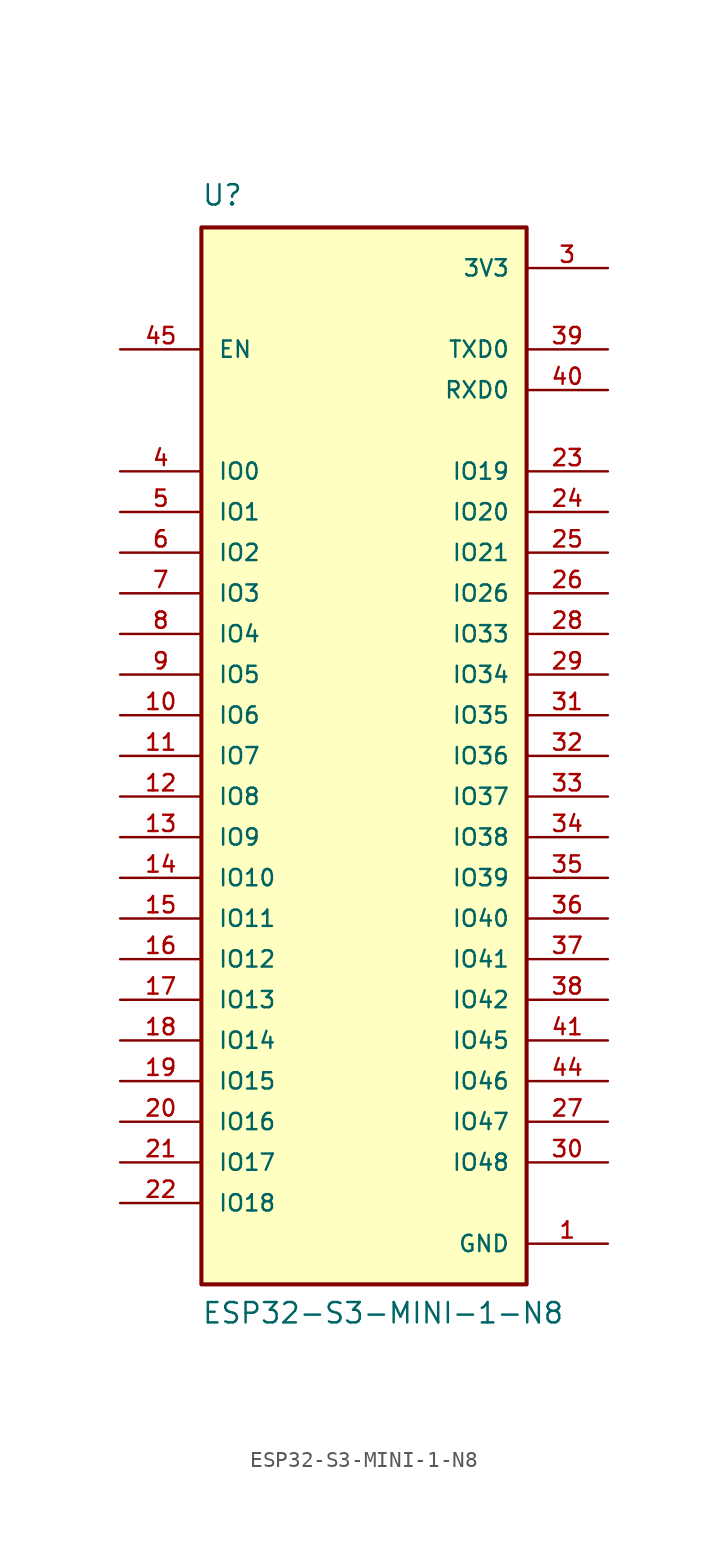
<source format=kicad_sym>
(kicad_symbol_lib
  (version 20211014)
  (generator kicad_symbol_editor)
  (symbol "ESP32-S3-MINI-1-N8"
    (pin_names
      (offset 1.016))
    (property "Reference" "U"
      (at -10.16 34.29 0)
      (effects (font (size 1.27 1.27)) (justify bottom left)))
    (property "Value" "ESP32-S3-MINI-1-N8"
      (at -10.16 -35.56 0)
      (effects (font (size 1.27 1.27)) (justify bottom left)))
    (symbol "ESP32-S3-MINI-1-N8_0_0"
      (rectangle (start -10.16 -33.02) (end 10.16 33.02) (stroke (width 0.254)) (fill (type background)))
      (pin bidirectional line (at -15.24 17.78 0) (length 5.08) (name "IO0" (effects (font (size 1.016 1.016)))) (number "4" (effects (font (size 1.016 1.016)))))
      (pin bidirectional line (at -15.24 15.24 0) (length 5.08) (name "IO1" (effects (font (size 1.016 1.016)))) (number "5" (effects (font (size 1.016 1.016)))))
      (pin bidirectional line (at -15.24 12.7 0) (length 5.08) (name "IO2" (effects (font (size 1.016 1.016)))) (number "6" (effects (font (size 1.016 1.016)))))
      (pin bidirectional line (at -15.24 10.16 0) (length 5.08) (name "IO3" (effects (font (size 1.016 1.016)))) (number "7" (effects (font (size 1.016 1.016)))))
      (pin bidirectional line (at -15.24 7.62 0) (length 5.08) (name "IO4" (effects (font (size 1.016 1.016)))) (number "8" (effects (font (size 1.016 1.016)))))
      (pin bidirectional line (at -15.24 5.08 0) (length 5.08) (name "IO5" (effects (font (size 1.016 1.016)))) (number "9" (effects (font (size 1.016 1.016)))))
      (pin bidirectional line (at -15.24 2.54 0) (length 5.08) (name "IO6" (effects (font (size 1.016 1.016)))) (number "10" (effects (font (size 1.016 1.016)))))
      (pin bidirectional line (at -15.24 0.0 0) (length 5.08) (name "IO7" (effects (font (size 1.016 1.016)))) (number "11" (effects (font (size 1.016 1.016)))))
      (pin bidirectional line (at -15.24 -2.54 0) (length 5.08) (name "IO8" (effects (font (size 1.016 1.016)))) (number "12" (effects (font (size 1.016 1.016)))))
      (pin bidirectional line (at -15.24 -5.08 0) (length 5.08) (name "IO9" (effects (font (size 1.016 1.016)))) (number "13" (effects (font (size 1.016 1.016)))))
      (pin bidirectional line (at -15.24 -7.62 0) (length 5.08) (name "IO10" (effects (font (size 1.016 1.016)))) (number "14" (effects (font (size 1.016 1.016)))))
      (pin bidirectional line (at -15.24 -10.16 0) (length 5.08) (name "IO11" (effects (font (size 1.016 1.016)))) (number "15" (effects (font (size 1.016 1.016)))))
      (pin bidirectional line (at -15.24 -12.7 0) (length 5.08) (name "IO12" (effects (font (size 1.016 1.016)))) (number "16" (effects (font (size 1.016 1.016)))))
      (pin bidirectional line (at -15.24 -15.24 0) (length 5.08) (name "IO13" (effects (font (size 1.016 1.016)))) (number "17" (effects (font (size 1.016 1.016)))))
      (pin bidirectional line (at -15.24 -17.78 0) (length 5.08) (name "IO14" (effects (font (size 1.016 1.016)))) (number "18" (effects (font (size 1.016 1.016)))))
      (pin bidirectional line (at -15.24 -20.32 0) (length 5.08) (name "IO15" (effects (font (size 1.016 1.016)))) (number "19" (effects (font (size 1.016 1.016)))))
      (pin bidirectional line (at -15.24 -22.86 0) (length 5.08) (name "IO16" (effects (font (size 1.016 1.016)))) (number "20" (effects (font (size 1.016 1.016)))))
      (pin bidirectional line (at -15.24 -25.4 0) (length 5.08) (name "IO17" (effects (font (size 1.016 1.016)))) (number "21" (effects (font (size 1.016 1.016)))))
      (pin bidirectional line (at -15.24 -27.94 0) (length 5.08) (name "IO18" (effects (font (size 1.016 1.016)))) (number "22" (effects (font (size 1.016 1.016)))))
      (pin bidirectional line (at 15.24 17.78 180.0) (length 5.08) (name "IO19" (effects (font (size 1.016 1.016)))) (number "23" (effects (font (size 1.016 1.016)))))
      (pin bidirectional line (at 15.24 15.24 180.0) (length 5.08) (name "IO20" (effects (font (size 1.016 1.016)))) (number "24" (effects (font (size 1.016 1.016)))))
      (pin bidirectional line (at 15.24 12.7 180.0) (length 5.08) (name "IO21" (effects (font (size 1.016 1.016)))) (number "25" (effects (font (size 1.016 1.016)))))
      (pin bidirectional line (at 15.24 10.16 180.0) (length 5.08) (name "IO26" (effects (font (size 1.016 1.016)))) (number "26" (effects (font (size 1.016 1.016)))))
      (pin bidirectional line (at 15.24 7.62 180.0) (length 5.08) (name "IO33" (effects (font (size 1.016 1.016)))) (number "28" (effects (font (size 1.016 1.016)))))
      (pin bidirectional line (at 15.24 5.08 180.0) (length 5.08) (name "IO34" (effects (font (size 1.016 1.016)))) (number "29" (effects (font (size 1.016 1.016)))))
      (pin bidirectional line (at 15.24 2.54 180.0) (length 5.08) (name "IO35" (effects (font (size 1.016 1.016)))) (number "31" (effects (font (size 1.016 1.016)))))
      (pin bidirectional line (at 15.24 0.0 180.0) (length 5.08) (name "IO36" (effects (font (size 1.016 1.016)))) (number "32" (effects (font (size 1.016 1.016)))))
      (pin bidirectional line (at 15.24 -2.54 180.0) (length 5.08) (name "IO37" (effects (font (size 1.016 1.016)))) (number "33" (effects (font (size 1.016 1.016)))))
      (pin bidirectional line (at 15.24 -5.08 180.0) (length 5.08) (name "IO38" (effects (font (size 1.016 1.016)))) (number "34" (effects (font (size 1.016 1.016)))))
      (pin bidirectional line (at 15.24 -7.62 180.0) (length 5.08) (name "IO39" (effects (font (size 1.016 1.016)))) (number "35" (effects (font (size 1.016 1.016)))))
      (pin bidirectional line (at 15.24 -10.16 180.0) (length 5.08) (name "IO40" (effects (font (size 1.016 1.016)))) (number "36" (effects (font (size 1.016 1.016)))))
      (pin bidirectional line (at 15.24 -12.7 180.0) (length 5.08) (name "IO41" (effects (font (size 1.016 1.016)))) (number "37" (effects (font (size 1.016 1.016)))))
      (pin bidirectional line (at 15.24 -15.24 180.0) (length 5.08) (name "IO42" (effects (font (size 1.016 1.016)))) (number "38" (effects (font (size 1.016 1.016)))))
      (pin bidirectional line (at 15.24 -17.78 180.0) (length 5.08) (name "IO45" (effects (font (size 1.016 1.016)))) (number "41" (effects (font (size 1.016 1.016)))))
      (pin bidirectional line (at 15.24 -20.32 180.0) (length 5.08) (name "IO46" (effects (font (size 1.016 1.016)))) (number "44" (effects (font (size 1.016 1.016)))))
      (pin bidirectional line (at 15.24 -22.86 180.0) (length 5.08) (name "IO47" (effects (font (size 1.016 1.016)))) (number "27" (effects (font (size 1.016 1.016)))))
      (pin bidirectional line (at 15.24 -25.4 180.0) (length 5.08) (name "IO48" (effects (font (size 1.016 1.016)))) (number "30" (effects (font (size 1.016 1.016)))))
      (pin input line (at -15.24 25.4 0) (length 5.08) (name "EN" (effects (font (size 1.016 1.016)))) (number "45" (effects (font (size 1.016 1.016)))))
      (pin bidirectional line (at 15.24 25.4 180.0) (length 5.08) (name "TXD0" (effects (font (size 1.016 1.016)))) (number "39" (effects (font (size 1.016 1.016)))))
      (pin bidirectional line (at 15.24 22.86 180.0) (length 5.08) (name "RXD0" (effects (font (size 1.016 1.016)))) (number "40" (effects (font (size 1.016 1.016)))))
      (pin power_in line (at 15.24 30.48 180.0) (length 5.08) (name "3V3" (effects (font (size 1.016 1.016)))) (number "3" (effects (font (size 1.016 1.016)))))
      (pin power_in line (at 15.24 -30.48 180.0) (length 5.08) (name "GND" (effects (font (size 1.016 1.016)))) (number "1" (effects (font (size 1.016 1.016)))))
      (pin power_in line (at 15.24 -30.48 180.0) (length 5.08) hide (name "GND" (effects (font (size 1.016 1.016)))) (number "2" (effects (font (size 1.016 1.016)))))
      (pin power_in line (at 15.24 -30.48 180.0) (length 5.08) hide (name "GND" (effects (font (size 1.016 1.016)))) (number "42" (effects (font (size 1.016 1.016)))))
      (pin power_in line (at 15.24 -30.48 180.0) (length 5.08) hide (name "GND" (effects (font (size 1.016 1.016)))) (number "43" (effects (font (size 1.016 1.016)))))
      (pin power_in line (at 15.24 -30.48 180.0) (length 5.08) hide (name "GND" (effects (font (size 1.016 1.016)))) (number "46" (effects (font (size 1.016 1.016)))))
      (pin power_in line (at 15.24 -30.48 180.0) (length 5.08) hide (name "GND" (effects (font (size 1.016 1.016)))) (number "47" (effects (font (size 1.016 1.016)))))
      (pin power_in line (at 15.24 -30.48 180.0) (length 5.08) hide (name "GND" (effects (font (size 1.016 1.016)))) (number "48" (effects (font (size 1.016 1.016)))))
      (pin power_in line (at 15.24 -30.48 180.0) (length 5.08) hide (name "GND" (effects (font (size 1.016 1.016)))) (number "49" (effects (font (size 1.016 1.016)))))
      (pin power_in line (at 15.24 -30.48 180.0) (length 5.08) hide (name "GND" (effects (font (size 1.016 1.016)))) (number "50" (effects (font (size 1.016 1.016)))))
      (pin power_in line (at 15.24 -30.48 180.0) (length 5.08) hide (name "GND" (effects (font (size 1.016 1.016)))) (number "51" (effects (font (size 1.016 1.016)))))
      (pin power_in line (at 15.24 -30.48 180.0) (length 5.08) hide (name "GND" (effects (font (size 1.016 1.016)))) (number "52" (effects (font (size 1.016 1.016)))))
      (pin power_in line (at 15.24 -30.48 180.0) (length 5.08) hide (name "GND" (effects (font (size 1.016 1.016)))) (number "53" (effects (font (size 1.016 1.016)))))
      (pin power_in line (at 15.24 -30.48 180.0) (length 5.08) hide (name "GND" (effects (font (size 1.016 1.016)))) (number "54" (effects (font (size 1.016 1.016)))))
      (pin power_in line (at 15.24 -30.48 180.0) (length 5.08) hide (name "GND" (effects (font (size 1.016 1.016)))) (number "55" (effects (font (size 1.016 1.016)))))
      (pin power_in line (at 15.24 -30.48 180.0) (length 5.08) hide (name "GND" (effects (font (size 1.016 1.016)))) (number "56" (effects (font (size 1.016 1.016)))))
      (pin power_in line (at 15.24 -30.48 180.0) (length 5.08) hide (name "GND" (effects (font (size 1.016 1.016)))) (number "57" (effects (font (size 1.016 1.016)))))
      (pin power_in line (at 15.24 -30.48 180.0) (length 5.08) hide (name "GND" (effects (font (size 1.016 1.016)))) (number "58" (effects (font (size 1.016 1.016)))))
      (pin power_in line (at 15.24 -30.48 180.0) (length 5.08) hide (name "GND" (effects (font (size 1.016 1.016)))) (number "59" (effects (font (size 1.016 1.016)))))
      (pin power_in line (at 15.24 -30.48 180.0) (length 5.08) hide (name "GND" (effects (font (size 1.016 1.016)))) (number "60" (effects (font (size 1.016 1.016)))))
      (pin power_in line (at 15.24 -30.48 180.0) (length 5.08) hide (name "GND" (effects (font (size 1.016 1.016)))) (number "61" (effects (font (size 1.016 1.016)))))
      (pin power_in line (at 15.24 -30.48 180.0) (length 5.08) hide (name "GND" (effects (font (size 1.016 1.016)))) (number "61_1" (effects (font (size 1.016 1.016)))))
      (pin power_in line (at 15.24 -30.48 180.0) (length 5.08) hide (name "GND" (effects (font (size 1.016 1.016)))) (number "61_2" (effects (font (size 1.016 1.016)))))
      (pin power_in line (at 15.24 -30.48 180.0) (length 5.08) hide (name "GND" (effects (font (size 1.016 1.016)))) (number "61_3" (effects (font (size 1.016 1.016)))))
      (pin power_in line (at 15.24 -30.48 180.0) (length 5.08) hide (name "GND" (effects (font (size 1.016 1.016)))) (number "61_4" (effects (font (size 1.016 1.016)))))
      (pin power_in line (at 15.24 -30.48 180.0) (length 5.08) hide (name "GND" (effects (font (size 1.016 1.016)))) (number "61_5" (effects (font (size 1.016 1.016)))))
      (pin power_in line (at 15.24 -30.48 180.0) (length 5.08) hide (name "GND" (effects (font (size 1.016 1.016)))) (number "61_6" (effects (font (size 1.016 1.016)))))
      (pin power_in line (at 15.24 -30.48 180.0) (length 5.08) hide (name "GND" (effects (font (size 1.016 1.016)))) (number "61_7" (effects (font (size 1.016 1.016)))))
      (pin power_in line (at 15.24 -30.48 180.0) (length 5.08) hide (name "GND" (effects (font (size 1.016 1.016)))) (number "61_8" (effects (font (size 1.016 1.016)))))
      (pin power_in line (at 15.24 -30.48 180.0) (length 5.08) hide (name "GND" (effects (font (size 1.016 1.016)))) (number "62" (effects (font (size 1.016 1.016)))))
      (pin power_in line (at 15.24 -30.48 180.0) (length 5.08) hide (name "GND" (effects (font (size 1.016 1.016)))) (number "63" (effects (font (size 1.016 1.016)))))
      (pin power_in line (at 15.24 -30.48 180.0) (length 5.08) hide (name "GND" (effects (font (size 1.016 1.016)))) (number "64" (effects (font (size 1.016 1.016)))))
      (pin power_in line (at 15.24 -30.48 180.0) (length 5.08) hide (name "GND" (effects (font (size 1.016 1.016)))) (number "65" (effects (font (size 1.016 1.016))))))))
</source>
